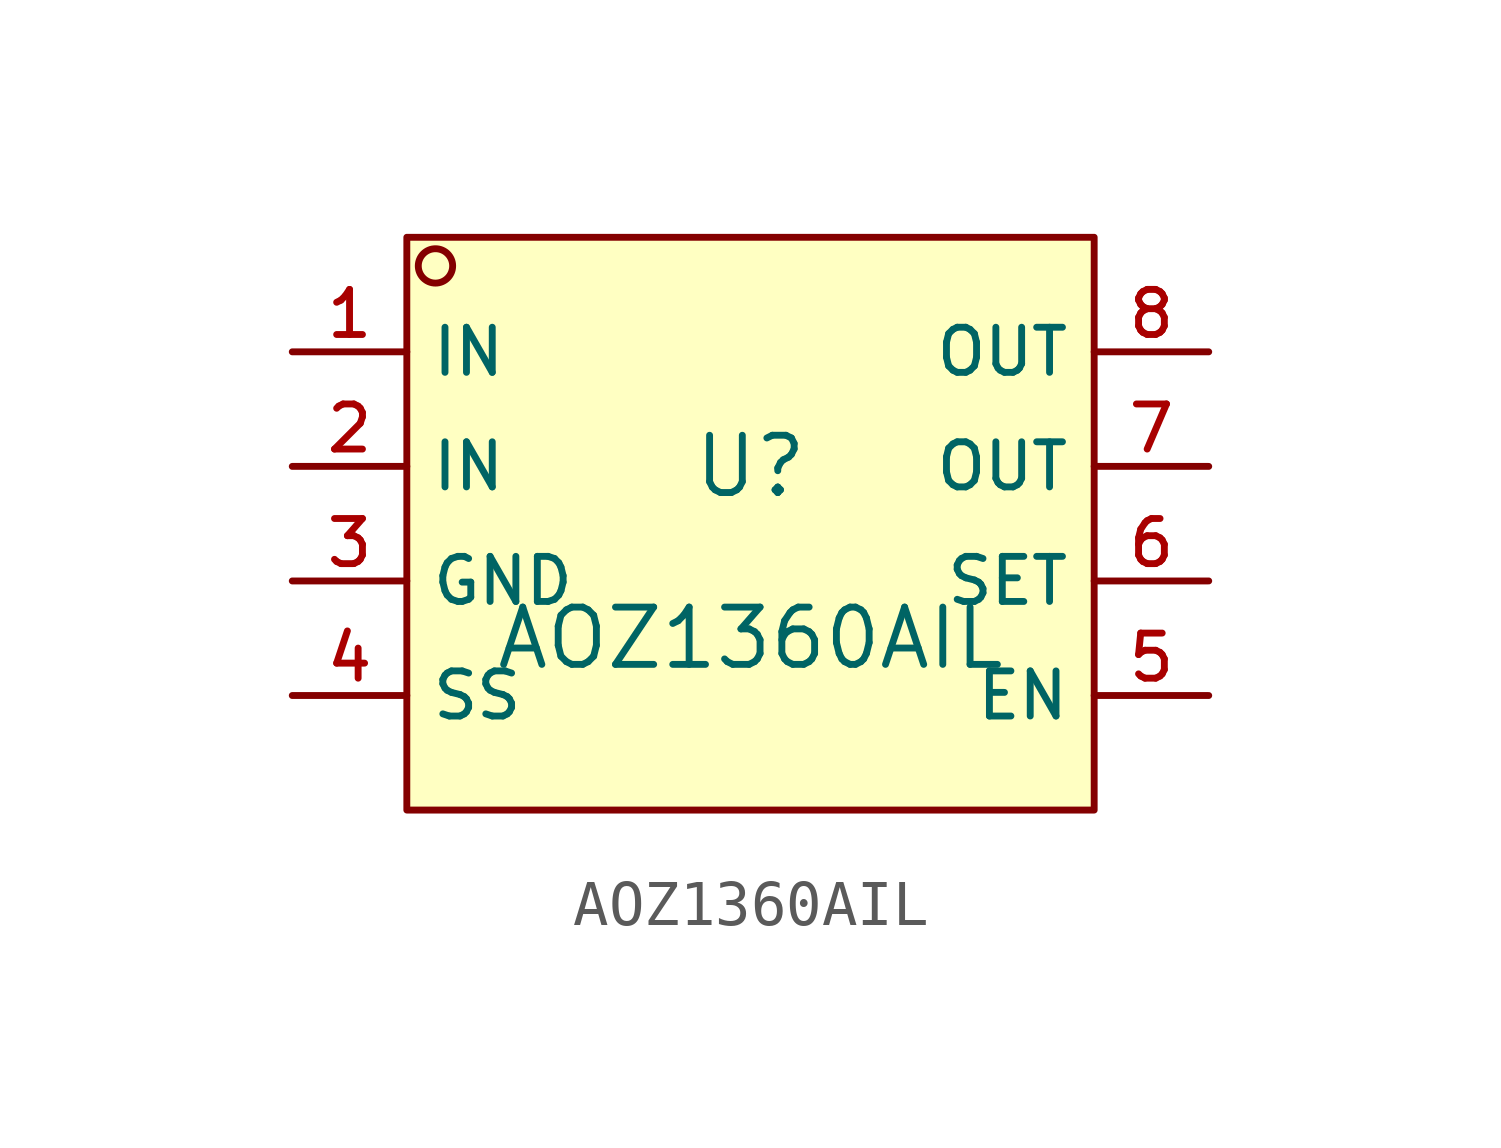
<source format=kicad_sym>
(kicad_symbol_lib
  (version 20210201)
  (generator TousstNicolas/JLC2KiCad_lib)
  (symbol "AOZ1360AIL"
    (property "Reference" "U"
      (at 0 1.27 0)
      (effects (font (size 1.27 1.27))))
    (property "Value" "AOZ1360AIL"
      (at 0 -2.54 0)
      (effects (font (size 1.27 1.27))))
    (symbol "AOZ1360AIL_0_1"
      (rectangle (start -7.62 6.35) (end 7.62 -6.35) (stroke (width 0) (type default) (color 0 0 0 0)) (fill (type background)))
      (circle (center -6.985 5.715) (radius 0.381) (stroke (width 0) (type default) (color 0 0 0 0)) (fill (type background)))
      (pin unspecified line (at -10.16 3.81 0) (length 2.54) (name "IN" (effects (font (size 1 1)))) (number "1" (effects (font (size 1 1)))))
      (pin unspecified line (at -10.16 1.27 0) (length 2.54) (name "IN" (effects (font (size 1 1)))) (number "2" (effects (font (size 1 1)))))
      (pin unspecified line (at -10.16 -1.27 0) (length 2.54) (name "GND" (effects (font (size 1 1)))) (number "3" (effects (font (size 1 1)))))
      (pin unspecified line (at -10.16 -3.81 0) (length 2.54) (name "SS" (effects (font (size 1 1)))) (number "4" (effects (font (size 1 1)))))
      (pin unspecified line (at 10.16 -3.81 180) (length 2.54) (name "EN" (effects (font (size 1 1)))) (number "5" (effects (font (size 1 1)))))
      (pin unspecified line (at 10.16 -1.27 180) (length 2.54) (name "SET" (effects (font (size 1 1)))) (number "6" (effects (font (size 1 1)))))
      (pin unspecified line (at 10.16 1.27 180) (length 2.54) (name "OUT" (effects (font (size 1 1)))) (number "7" (effects (font (size 1 1)))))
      (pin unspecified line (at 10.16 3.81 180) (length 2.54) (name "OUT" (effects (font (size 1 1)))) (number "8" (effects (font (size 1 1))))))))
</source>
